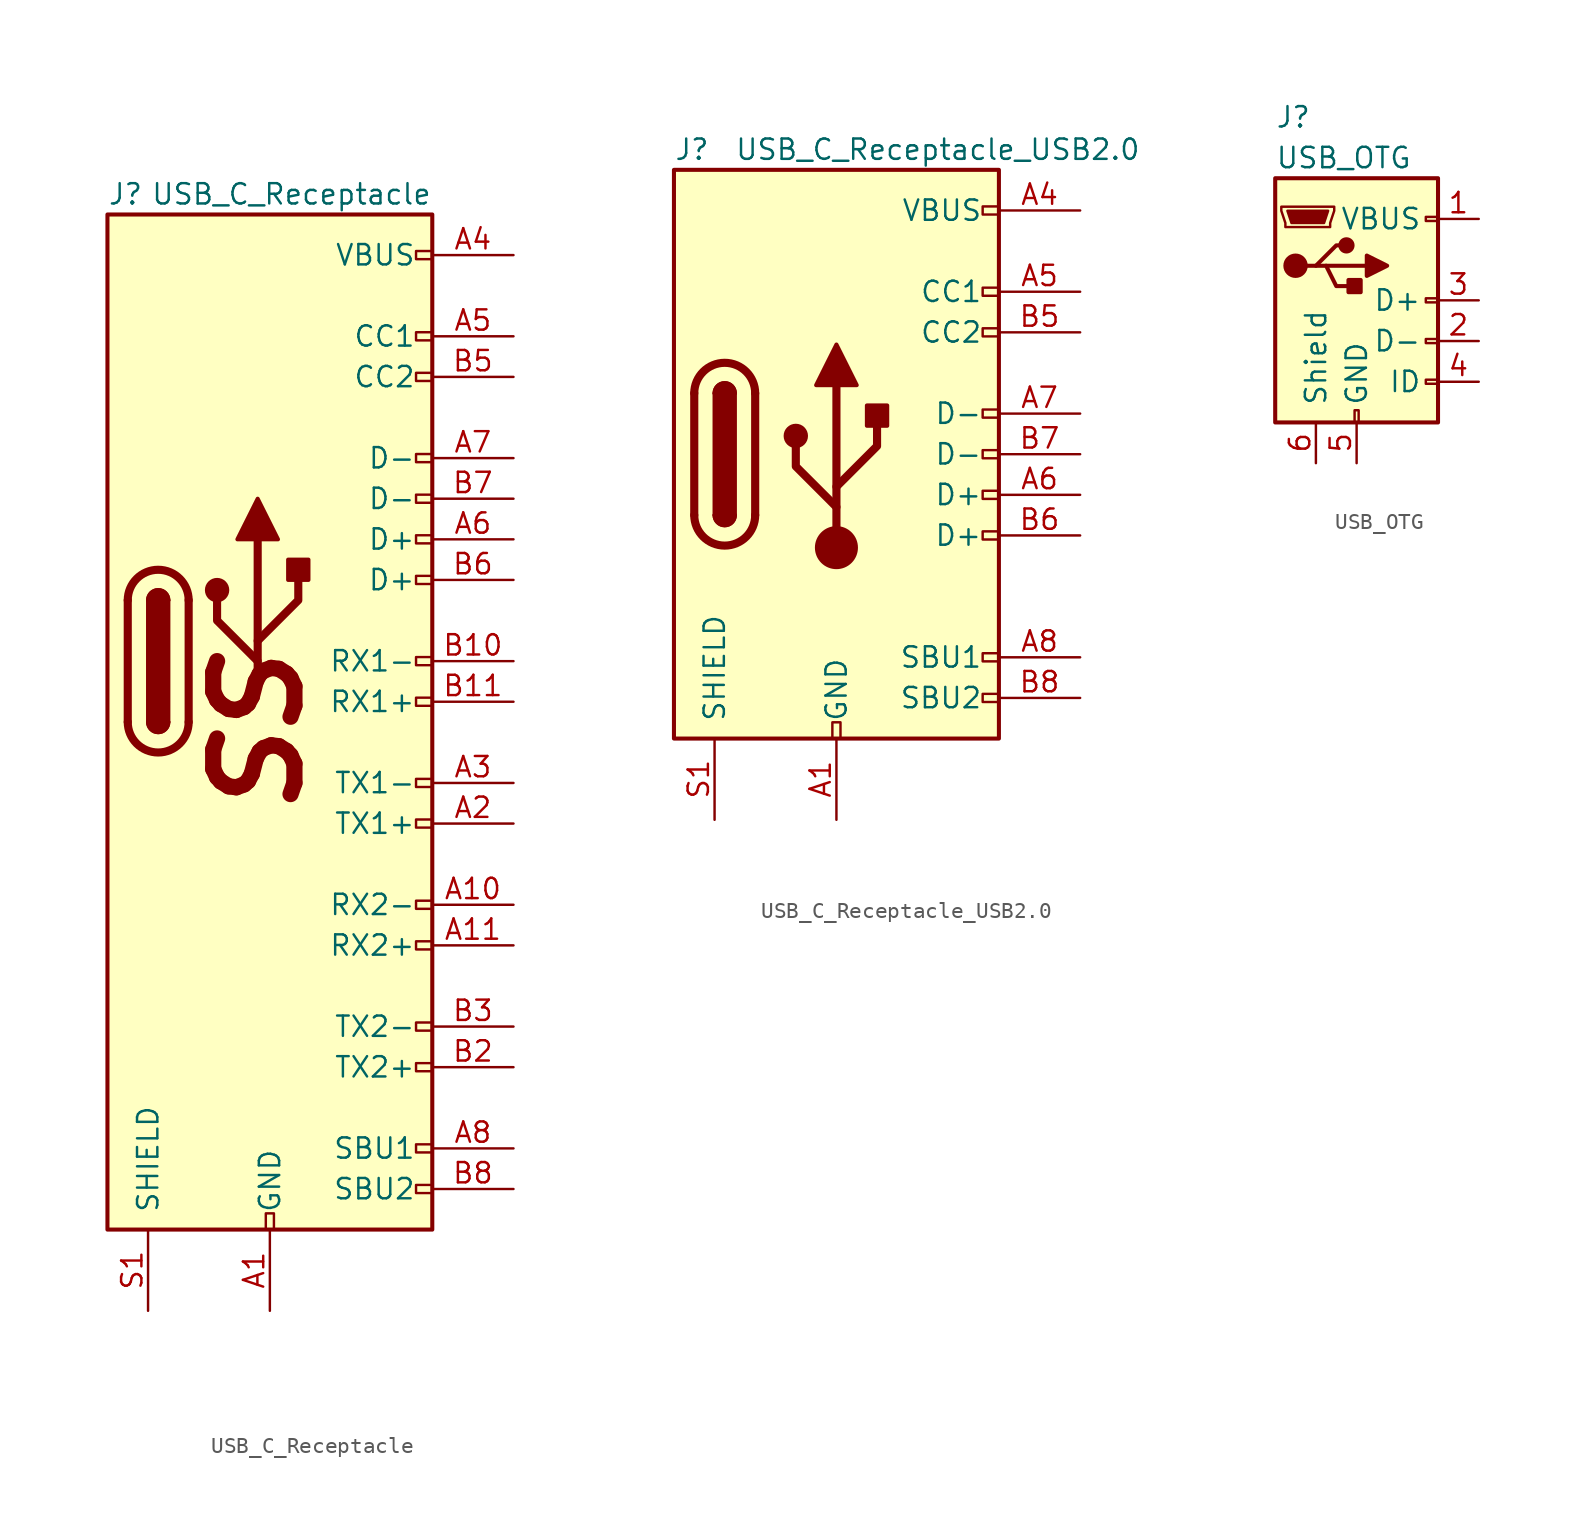
<source format=kicad_sym>
(kicad_symbol_lib
  (version 20201005)
  (generator kicad_symbol_editor)
  (symbol "USB_C_Receptacle"
    (pin_names
      (offset 1.016))
    (property "Reference" "J"
      (at -10.16 29.21 0)
      (effects (font (size 1.27 1.27)) (justify left)))
    (property "Value" "USB_C_Receptacle"
      (at 10.16 29.21 0)
      (effects (font (size 1.27 1.27)) (justify right)))
    (symbol "USB_C_Receptacle_0_0"
      (text "SS" (at -0.762 -4.445 900) (effects (font (size 5.08 5.08) bold italic)))
      (rectangle (start -0.254 -35.56) (end 0.254 -34.544) (stroke (width 0)) (fill (type none)))
      (rectangle (start 10.16 -32.766) (end 9.144 -33.274) (stroke (width 0)) (fill (type none)))
      (rectangle (start 10.16 -30.226) (end 9.144 -30.734) (stroke (width 0)) (fill (type none)))
      (rectangle (start 10.16 -25.146) (end 9.144 -25.654) (stroke (width 0)) (fill (type none)))
      (rectangle (start 10.16 -22.606) (end 9.144 -23.114) (stroke (width 0)) (fill (type none)))
      (rectangle (start 10.16 -17.526) (end 9.144 -18.034) (stroke (width 0)) (fill (type none)))
      (rectangle (start 10.16 -14.986) (end 9.144 -15.494) (stroke (width 0)) (fill (type none)))
      (rectangle (start 10.16 -9.906) (end 9.144 -10.414) (stroke (width 0)) (fill (type none)))
      (rectangle (start 10.16 -7.366) (end 9.144 -7.874) (stroke (width 0)) (fill (type none)))
      (rectangle (start 10.16 -2.286) (end 9.144 -2.794) (stroke (width 0)) (fill (type none)))
      (rectangle (start 10.16 0.254) (end 9.144 -0.254) (stroke (width 0)) (fill (type none)))
      (rectangle (start 10.16 5.334) (end 9.144 4.826) (stroke (width 0)) (fill (type none)))
      (rectangle (start 10.16 7.874) (end 9.144 7.366) (stroke (width 0)) (fill (type none)))
      (rectangle (start 10.16 10.414) (end 9.144 9.906) (stroke (width 0)) (fill (type none)))
      (rectangle (start 10.16 12.954) (end 9.144 12.446) (stroke (width 0)) (fill (type none)))
      (rectangle (start 10.16 18.034) (end 9.144 17.526) (stroke (width 0)) (fill (type none)))
      (rectangle (start 10.16 20.574) (end 9.144 20.066) (stroke (width 0)) (fill (type none)))
      (rectangle (start 10.16 25.654) (end 9.144 25.146) (stroke (width 0)) (fill (type none))))
    (symbol "USB_C_Receptacle_0_1"
      (arc (start -8.89 -3.81) (end -5.08 -3.81) (radius (at -6.985 -3.81) (length 1.905) (angles -179.9 -0.1)) (stroke (width 0.508)) (fill (type none)))
      (arc (start -7.62 -3.81) (end -6.35 -3.81) (radius (at -6.985 -3.81) (length 0.635) (angles -179.9 -0.1)) (stroke (width 0.254)) (fill (type none)))
      (arc (start -7.62 -3.81) (end -6.35 -3.81) (radius (at -6.985 -3.81) (length 0.635) (angles -179.9 -0.1)) (stroke (width 0.254)) (fill (type outline)))
      (arc (start -6.35 3.81) (end -7.62 3.81) (radius (at -6.985 3.81) (length 0.635) (angles 0.1 179.9)) (stroke (width 0.254)) (fill (type outline)))
      (arc (start -6.35 3.81) (end -7.62 3.81) (radius (at -6.985 3.81) (length 0.635) (angles 0.1 179.9)) (stroke (width 0.254)) (fill (type none)))
      (arc (start -5.08 3.81) (end -8.89 3.81) (radius (at -6.985 3.81) (length 1.905) (angles 0.1 179.9)) (stroke (width 0.508)) (fill (type none)))
      (circle (center -3.302 4.445) (radius 0.635) (stroke (width 0.254)) (fill (type outline)))
      (rectangle (start -10.16 27.94) (end 10.16 -35.56) (stroke (width 0.254)) (fill (type background)))
      (rectangle (start -7.62 -3.81) (end -6.35 3.81) (stroke (width 0.254)) (fill (type outline)))
      (rectangle (start 1.143 5.08) (end 2.413 6.35) (stroke (width 0.254)) (fill (type outline)))
      (polyline (pts (xy -8.89 -3.81) (xy -8.89 3.81)) (stroke (width 0.508)) (fill (type none)))
      (polyline (pts (xy -5.08 3.81) (xy -5.08 -3.81)) (stroke (width 0.508)) (fill (type none)))
      (polyline (pts (xy -0.762 -1.27) (xy -0.762 7.62)) (stroke (width 0.508)) (fill (type none)))
      (polyline (pts (xy -0.762 0) (xy -3.302 2.54) (xy -3.302 3.81)) (stroke (width 0.508)) (fill (type none)))
      (polyline (pts (xy -0.762 1.27) (xy 1.778 3.81) (xy 1.778 5.08)) (stroke (width 0.508)) (fill (type none)))
      (polyline (pts (xy -2.032 7.62) (xy -0.762 10.16) (xy 0.508 7.62) (xy -2.032 7.62)) (stroke (width 0.254)) (fill (type outline))))
    (symbol "USB_C_Receptacle_1_1"
      (pin power_in line (at 0 -40.64 90) (length 5.08) (name "GND" (effects (font (size 1.27 1.27)))) (number "A1" (effects (font (size 1.27 1.27)))))
      (pin bidirectional line (at 15.24 -15.24 180) (length 5.08) (name "RX2-" (effects (font (size 1.27 1.27)))) (number "A10" (effects (font (size 1.27 1.27)))))
      (pin bidirectional line (at 15.24 -17.78 180) (length 5.08) (name "RX2+" (effects (font (size 1.27 1.27)))) (number "A11" (effects (font (size 1.27 1.27)))))
      (pin passive line (at 0 -40.64 90) (length 5.08) hide (name "GND" (effects (font (size 1.27 1.27)))) (number "A12" (effects (font (size 1.27 1.27)))))
      (pin bidirectional line (at 15.24 -10.16 180) (length 5.08) (name "TX1+" (effects (font (size 1.27 1.27)))) (number "A2" (effects (font (size 1.27 1.27)))))
      (pin bidirectional line (at 15.24 -7.62 180) (length 5.08) (name "TX1-" (effects (font (size 1.27 1.27)))) (number "A3" (effects (font (size 1.27 1.27)))))
      (pin power_in line (at 15.24 25.4 180) (length 5.08) (name "VBUS" (effects (font (size 1.27 1.27)))) (number "A4" (effects (font (size 1.27 1.27)))))
      (pin bidirectional line (at 15.24 20.32 180) (length 5.08) (name "CC1" (effects (font (size 1.27 1.27)))) (number "A5" (effects (font (size 1.27 1.27)))))
      (pin bidirectional line (at 15.24 7.62 180) (length 5.08) (name "D+" (effects (font (size 1.27 1.27)))) (number "A6" (effects (font (size 1.27 1.27)))))
      (pin bidirectional line (at 15.24 12.7 180) (length 5.08) (name "D-" (effects (font (size 1.27 1.27)))) (number "A7" (effects (font (size 1.27 1.27)))))
      (pin bidirectional line (at 15.24 -30.48 180) (length 5.08) (name "SBU1" (effects (font (size 1.27 1.27)))) (number "A8" (effects (font (size 1.27 1.27)))))
      (pin passive line (at 15.24 25.4 180) (length 5.08) hide (name "VBUS" (effects (font (size 1.27 1.27)))) (number "A9" (effects (font (size 1.27 1.27)))))
      (pin passive line (at 0 -40.64 90) (length 5.08) hide (name "GND" (effects (font (size 1.27 1.27)))) (number "B1" (effects (font (size 1.27 1.27)))))
      (pin bidirectional line (at 15.24 0 180) (length 5.08) (name "RX1-" (effects (font (size 1.27 1.27)))) (number "B10" (effects (font (size 1.27 1.27)))))
      (pin bidirectional line (at 15.24 -2.54 180) (length 5.08) (name "RX1+" (effects (font (size 1.27 1.27)))) (number "B11" (effects (font (size 1.27 1.27)))))
      (pin passive line (at 0 -40.64 90) (length 5.08) hide (name "GND" (effects (font (size 1.27 1.27)))) (number "B12" (effects (font (size 1.27 1.27)))))
      (pin bidirectional line (at 15.24 -25.4 180) (length 5.08) (name "TX2+" (effects (font (size 1.27 1.27)))) (number "B2" (effects (font (size 1.27 1.27)))))
      (pin bidirectional line (at 15.24 -22.86 180) (length 5.08) (name "TX2-" (effects (font (size 1.27 1.27)))) (number "B3" (effects (font (size 1.27 1.27)))))
      (pin passive line (at 15.24 25.4 180) (length 5.08) hide (name "VBUS" (effects (font (size 1.27 1.27)))) (number "B4" (effects (font (size 1.27 1.27)))))
      (pin bidirectional line (at 15.24 17.78 180) (length 5.08) (name "CC2" (effects (font (size 1.27 1.27)))) (number "B5" (effects (font (size 1.27 1.27)))))
      (pin bidirectional line (at 15.24 5.08 180) (length 5.08) (name "D+" (effects (font (size 1.27 1.27)))) (number "B6" (effects (font (size 1.27 1.27)))))
      (pin bidirectional line (at 15.24 10.16 180) (length 5.08) (name "D-" (effects (font (size 1.27 1.27)))) (number "B7" (effects (font (size 1.27 1.27)))))
      (pin bidirectional line (at 15.24 -33.02 180) (length 5.08) (name "SBU2" (effects (font (size 1.27 1.27)))) (number "B8" (effects (font (size 1.27 1.27)))))
      (pin passive line (at 15.24 25.4 180) (length 5.08) hide (name "VBUS" (effects (font (size 1.27 1.27)))) (number "B9" (effects (font (size 1.27 1.27)))))
      (pin passive line (at -7.62 -40.64 90) (length 5.08) (name "SHIELD" (effects (font (size 1.27 1.27)))) (number "S1" (effects (font (size 1.27 1.27)))))))
  (symbol "USB_C_Receptacle_USB2.0"
    (pin_names
      (offset 1.016))
    (property "Reference" "J"
      (at -10.16 19.05 0)
      (effects (font (size 1.27 1.27)) (justify left)))
    (property "Value" "USB_C_Receptacle_USB2.0"
      (at 19.05 19.05 0)
      (effects (font (size 1.27 1.27)) (justify right)))
    (symbol "USB_C_Receptacle_USB2.0_0_0"
      (rectangle (start -0.254 -17.78) (end 0.254 -16.764) (stroke (width 0)) (fill (type none)))
      (rectangle (start 10.16 -14.986) (end 9.144 -15.494) (stroke (width 0)) (fill (type none)))
      (rectangle (start 10.16 -12.446) (end 9.144 -12.954) (stroke (width 0)) (fill (type none)))
      (rectangle (start 10.16 -4.826) (end 9.144 -5.334) (stroke (width 0)) (fill (type none)))
      (rectangle (start 10.16 -2.286) (end 9.144 -2.794) (stroke (width 0)) (fill (type none)))
      (rectangle (start 10.16 0.254) (end 9.144 -0.254) (stroke (width 0)) (fill (type none)))
      (rectangle (start 10.16 2.794) (end 9.144 2.286) (stroke (width 0)) (fill (type none)))
      (rectangle (start 10.16 7.874) (end 9.144 7.366) (stroke (width 0)) (fill (type none)))
      (rectangle (start 10.16 10.414) (end 9.144 9.906) (stroke (width 0)) (fill (type none)))
      (rectangle (start 10.16 15.494) (end 9.144 14.986) (stroke (width 0)) (fill (type none))))
    (symbol "USB_C_Receptacle_USB2.0_0_1"
      (arc (start -8.89 -3.81) (end -5.08 -3.81) (radius (at -6.985 -3.81) (length 1.905) (angles -179.9 -0.1)) (stroke (width 0.508)) (fill (type none)))
      (arc (start -7.62 -3.81) (end -6.35 -3.81) (radius (at -6.985 -3.81) (length 0.635) (angles -179.9 -0.1)) (stroke (width 0.254)) (fill (type none)))
      (arc (start -7.62 -3.81) (end -6.35 -3.81) (radius (at -6.985 -3.81) (length 0.635) (angles -179.9 -0.1)) (stroke (width 0.254)) (fill (type outline)))
      (arc (start -6.35 3.81) (end -7.62 3.81) (radius (at -6.985 3.81) (length 0.635) (angles 0.1 179.9)) (stroke (width 0.254)) (fill (type outline)))
      (arc (start -6.35 3.81) (end -7.62 3.81) (radius (at -6.985 3.81) (length 0.635) (angles 0.1 179.9)) (stroke (width 0.254)) (fill (type none)))
      (arc (start -5.08 3.81) (end -8.89 3.81) (radius (at -6.985 3.81) (length 1.905) (angles 0.1 179.9)) (stroke (width 0.508)) (fill (type none)))
      (circle (center -2.54 1.143) (radius 0.635) (stroke (width 0.254)) (fill (type outline)))
      (circle (center 0 -5.842) (radius 1.27) (stroke (width 0)) (fill (type outline)))
      (rectangle (start -10.16 17.78) (end 10.16 -17.78) (stroke (width 0.254)) (fill (type background)))
      (rectangle (start -7.62 -3.81) (end -6.35 3.81) (stroke (width 0.254)) (fill (type outline)))
      (rectangle (start 1.905 1.778) (end 3.175 3.048) (stroke (width 0.254)) (fill (type outline)))
      (polyline (pts (xy -8.89 -3.81) (xy -8.89 3.81)) (stroke (width 0.508)) (fill (type none)))
      (polyline (pts (xy -5.08 3.81) (xy -5.08 -3.81)) (stroke (width 0.508)) (fill (type none)))
      (polyline (pts (xy 0 -5.842) (xy 0 4.318)) (stroke (width 0.508)) (fill (type none)))
      (polyline (pts (xy 0 -3.302) (xy -2.54 -0.762) (xy -2.54 0.508)) (stroke (width 0.508)) (fill (type none)))
      (polyline (pts (xy 0 -2.032) (xy 2.54 0.508) (xy 2.54 1.778)) (stroke (width 0.508)) (fill (type none)))
      (polyline (pts (xy -1.27 4.318) (xy 0 6.858) (xy 1.27 4.318) (xy -1.27 4.318)) (stroke (width 0.254)) (fill (type outline))))
    (symbol "USB_C_Receptacle_USB2.0_1_1"
      (pin power_in line (at 0 -22.86 90) (length 5.08) (name "GND" (effects (font (size 1.27 1.27)))) (number "A1" (effects (font (size 1.27 1.27)))))
      (pin passive line (at 0 -22.86 90) (length 5.08) hide (name "GND" (effects (font (size 1.27 1.27)))) (number "A12" (effects (font (size 1.27 1.27)))))
      (pin power_in line (at 15.24 15.24 180) (length 5.08) (name "VBUS" (effects (font (size 1.27 1.27)))) (number "A4" (effects (font (size 1.27 1.27)))))
      (pin bidirectional line (at 15.24 10.16 180) (length 5.08) (name "CC1" (effects (font (size 1.27 1.27)))) (number "A5" (effects (font (size 1.27 1.27)))))
      (pin bidirectional line (at 15.24 -2.54 180) (length 5.08) (name "D+" (effects (font (size 1.27 1.27)))) (number "A6" (effects (font (size 1.27 1.27)))))
      (pin bidirectional line (at 15.24 2.54 180) (length 5.08) (name "D-" (effects (font (size 1.27 1.27)))) (number "A7" (effects (font (size 1.27 1.27)))))
      (pin bidirectional line (at 15.24 -12.7 180) (length 5.08) (name "SBU1" (effects (font (size 1.27 1.27)))) (number "A8" (effects (font (size 1.27 1.27)))))
      (pin passive line (at 15.24 15.24 180) (length 5.08) hide (name "VBUS" (effects (font (size 1.27 1.27)))) (number "A9" (effects (font (size 1.27 1.27)))))
      (pin passive line (at 0 -22.86 90) (length 5.08) hide (name "GND" (effects (font (size 1.27 1.27)))) (number "B1" (effects (font (size 1.27 1.27)))))
      (pin passive line (at 0 -22.86 90) (length 5.08) hide (name "GND" (effects (font (size 1.27 1.27)))) (number "B12" (effects (font (size 1.27 1.27)))))
      (pin passive line (at 15.24 15.24 180) (length 5.08) hide (name "VBUS" (effects (font (size 1.27 1.27)))) (number "B4" (effects (font (size 1.27 1.27)))))
      (pin bidirectional line (at 15.24 7.62 180) (length 5.08) (name "CC2" (effects (font (size 1.27 1.27)))) (number "B5" (effects (font (size 1.27 1.27)))))
      (pin bidirectional line (at 15.24 -5.08 180) (length 5.08) (name "D+" (effects (font (size 1.27 1.27)))) (number "B6" (effects (font (size 1.27 1.27)))))
      (pin bidirectional line (at 15.24 0 180) (length 5.08) (name "D-" (effects (font (size 1.27 1.27)))) (number "B7" (effects (font (size 1.27 1.27)))))
      (pin bidirectional line (at 15.24 -15.24 180) (length 5.08) (name "SBU2" (effects (font (size 1.27 1.27)))) (number "B8" (effects (font (size 1.27 1.27)))))
      (pin passive line (at 15.24 15.24 180) (length 5.08) hide (name "VBUS" (effects (font (size 1.27 1.27)))) (number "B9" (effects (font (size 1.27 1.27)))))
      (pin passive line (at -7.62 -22.86 90) (length 5.08) (name "SHIELD" (effects (font (size 1.27 1.27)))) (number "S1" (effects (font (size 1.27 1.27)))))))
  (symbol "USB_OTG"
    (pin_names
      (offset 1.016))
    (property "Reference" "J"
      (at -5.08 11.43 0)
      (effects (font (size 1.27 1.27)) (justify left)))
    (property "Value" "USB_OTG"
      (at -5.08 8.89 0)
      (effects (font (size 1.27 1.27)) (justify left)))
    (symbol "USB_OTG_0_1"
      (circle (center -3.81 2.159) (radius 0.635) (stroke (width 0.254)) (fill (type outline)))
      (circle (center -0.635 3.429) (radius 0.381) (stroke (width 0.254)) (fill (type outline)))
      (rectangle (start -5.08 -7.62) (end 5.08 7.62) (stroke (width 0.254)) (fill (type background)))
      (rectangle (start -0.127 -7.62) (end 0.127 -6.858) (stroke (width 0)) (fill (type none)))
      (rectangle (start 0.254 1.27) (end -0.508 0.508) (stroke (width 0.254)) (fill (type outline)))
      (rectangle (start 5.08 -5.207) (end 4.318 -4.953) (stroke (width 0)) (fill (type none)))
      (rectangle (start 5.08 -2.667) (end 4.318 -2.413) (stroke (width 0)) (fill (type none)))
      (rectangle (start 5.08 -0.127) (end 4.318 0.127) (stroke (width 0)) (fill (type none)))
      (rectangle (start 5.08 4.953) (end 4.318 5.207) (stroke (width 0)) (fill (type none)))
      (polyline (pts (xy -1.905 2.159) (xy 0.635 2.159)) (stroke (width 0.254)) (fill (type none)))
      (polyline (pts (xy -3.175 2.159) (xy -2.54 2.159) (xy -1.27 3.429) (xy -0.635 3.429)) (stroke (width 0.254)) (fill (type none)))
      (polyline (pts (xy -2.54 2.159) (xy -1.905 2.159) (xy -1.27 0.889) (xy 0 0.889)) (stroke (width 0.254)) (fill (type none)))
      (polyline (pts (xy 0.635 2.794) (xy 0.635 1.524) (xy 1.905 2.159) (xy 0.635 2.794)) (stroke (width 0.254)) (fill (type outline)))
      (polyline (pts (xy -4.318 5.588) (xy -1.778 5.588) (xy -2.032 4.826) (xy -4.064 4.826) (xy -4.318 5.588)) (stroke (width 0)) (fill (type outline)))
      (polyline (pts (xy -4.699 5.842) (xy -4.699 5.588) (xy -4.445 4.826) (xy -4.445 4.572) (xy -1.651 4.572) (xy -1.651 4.826) (xy -1.397 5.588) (xy -1.397 5.842) (xy -4.699 5.842)) (stroke (width 0)) (fill (type none))))
    (symbol "USB_OTG_1_1"
      (pin power_in line (at 7.62 5.08 180) (length 2.54) (name "VBUS" (effects (font (size 1.27 1.27)))) (number "1" (effects (font (size 1.27 1.27)))))
      (pin passive line (at 7.62 -2.54 180) (length 2.54) (name "D-" (effects (font (size 1.27 1.27)))) (number "2" (effects (font (size 1.27 1.27)))))
      (pin passive line (at 7.62 0 180) (length 2.54) (name "D+" (effects (font (size 1.27 1.27)))) (number "3" (effects (font (size 1.27 1.27)))))
      (pin passive line (at 7.62 -5.08 180) (length 2.54) (name "ID" (effects (font (size 1.27 1.27)))) (number "4" (effects (font (size 1.27 1.27)))))
      (pin power_in line (at 0 -10.16 90) (length 2.54) (name "GND" (effects (font (size 1.27 1.27)))) (number "5" (effects (font (size 1.27 1.27)))))
      (pin passive line (at -2.54 -10.16 90) (length 2.54) (name "Shield" (effects (font (size 1.27 1.27)))) (number "6" (effects (font (size 1.27 1.27))))))))
</source>
